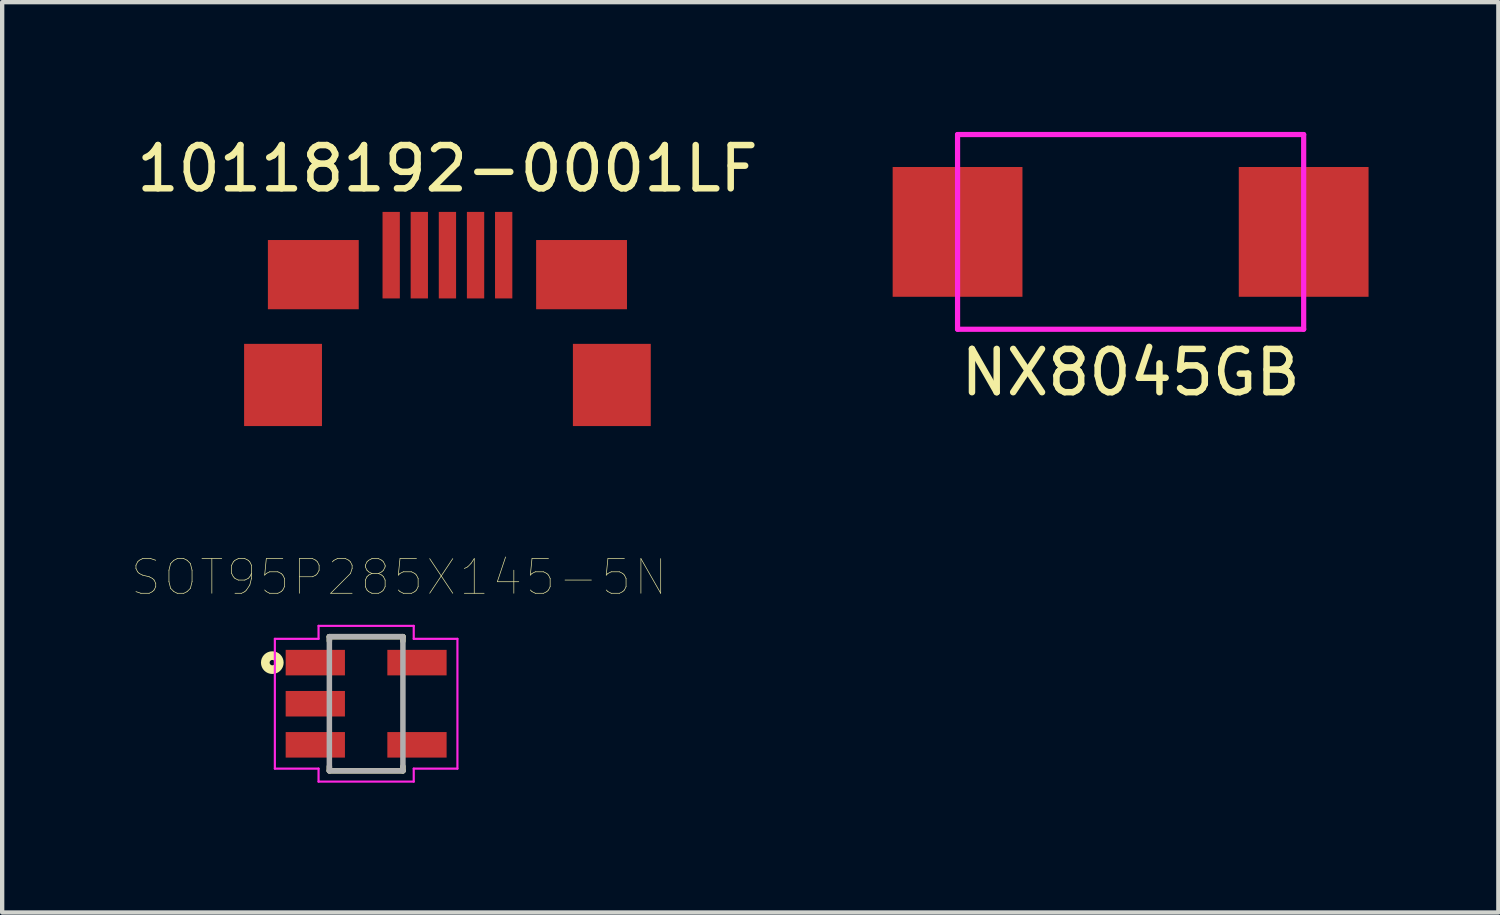
<source format=kicad_pcb>
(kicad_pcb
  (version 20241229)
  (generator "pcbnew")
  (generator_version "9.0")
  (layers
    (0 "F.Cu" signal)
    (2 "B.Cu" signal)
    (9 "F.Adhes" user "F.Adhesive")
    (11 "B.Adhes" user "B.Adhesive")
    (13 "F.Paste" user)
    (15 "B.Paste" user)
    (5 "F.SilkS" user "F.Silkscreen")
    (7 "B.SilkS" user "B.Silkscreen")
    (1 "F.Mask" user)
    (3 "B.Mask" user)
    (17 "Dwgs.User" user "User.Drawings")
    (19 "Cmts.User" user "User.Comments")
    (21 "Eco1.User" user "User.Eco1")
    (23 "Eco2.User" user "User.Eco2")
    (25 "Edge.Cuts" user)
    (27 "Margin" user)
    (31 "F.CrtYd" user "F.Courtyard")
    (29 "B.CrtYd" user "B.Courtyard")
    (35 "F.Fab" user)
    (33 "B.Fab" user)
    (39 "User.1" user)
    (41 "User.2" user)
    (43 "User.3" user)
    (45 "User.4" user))
  (footprint "NX8045GB"
    (layer "F.Cu")
    (at 23.083 2.31)
    (property "Reference" "NX8045GB" (at 0 3.25 0) (layer "F.SilkS") (effects (font (size 1 1) (thickness 0.15))))
    (attr through_hole)
    (fp_line (start -4 -2.25) (end -4 2.25) (stroke (width 0.12) (type solid)) (layer "F.CrtYd"))
    (fp_line (start -4 2.25) (end 4 2.25) (stroke (width 0.12) (type solid)) (layer "F.CrtYd"))
    (fp_line (start 4 -2.25) (end -4 -2.25) (stroke (width 0.12) (type solid)) (layer "F.CrtYd"))
    (fp_line (start 4 2.25) (end 4 -2.25) (stroke (width 0.12) (type solid)) (layer "F.CrtYd"))
    (pad "1" smd rect (at -4 0) (size 3 3) (layers "F.Cu" "F.Mask" "F.Paste"))
    (pad "2" smd rect (at 4 0) (size 3 3) (layers "F.Cu" "F.Mask" "F.Paste")))
  (footprint "SOT95P285X145-5N"
    (layer "F.Cu")
    (at 5.413 13.216)
    (property "Reference" "SOT95P285X145-5N" (at 0.763 -2.923 0) (layer "F.SilkS") (effects (font (size 0.801 0.801) (thickness 0.015))))
    (attr through_hole)
    (fp_line (start -0.85 -1.55) (end -0.85 -1.45) (stroke (width 0.127) (type solid)) (layer "F.SilkS"))
    (fp_line (start -0.85 1.55) (end -0.85 1.45) (stroke (width 0.127) (type solid)) (layer "F.SilkS"))
    (fp_line (start 0.85 -1.55) (end -0.85 -1.55) (stroke (width 0.127) (type solid)) (layer "F.SilkS"))
    (fp_line (start 0.85 -1.55) (end 0.85 -1.45) (stroke (width 0.127) (type solid)) (layer "F.SilkS"))
    (fp_line (start 0.85 1.55) (end -0.85 1.55) (stroke (width 0.127) (type solid)) (layer "F.SilkS"))
    (fp_line (start 0.85 1.55) (end 0.85 1.45) (stroke (width 0.127) (type solid)) (layer "F.SilkS"))
    (fp_circle (center -2.169 -0.95) (end -2.107 -0.95) (stroke (width 0.2) (type solid)) (fill no) (layer "F.SilkS"))
    (fp_line (start -2.11 -1.5) (end -2.11 1.5) (stroke (width 0.05) (type solid)) (layer "F.CrtYd"))
    (fp_line (start -2.11 1.5) (end -1.1 1.5) (stroke (width 0.05) (type solid)) (layer "F.CrtYd"))
    (fp_line (start -1.1 -1.8) (end -1.1 -1.5) (stroke (width 0.05) (type solid)) (layer "F.CrtYd"))
    (fp_line (start -1.1 -1.5) (end -2.11 -1.5) (stroke (width 0.05) (type solid)) (layer "F.CrtYd"))
    (fp_line (start -1.1 1.5) (end -1.1 1.8) (stroke (width 0.05) (type solid)) (layer "F.CrtYd"))
    (fp_line (start -1.1 1.8) (end 1.1 1.8) (stroke (width 0.05) (type solid)) (layer "F.CrtYd"))
    (fp_line (start 1.1 -1.8) (end -1.1 -1.8) (stroke (width 0.05) (type solid)) (layer "F.CrtYd"))
    (fp_line (start 1.1 -1.5) (end 1.1 -1.8) (stroke (width 0.05) (type solid)) (layer "F.CrtYd"))
    (fp_line (start 1.1 1.5) (end 2.11 1.5) (stroke (width 0.05) (type solid)) (layer "F.CrtYd"))
    (fp_line (start 1.1 1.8) (end 1.1 1.5) (stroke (width 0.05) (type solid)) (layer "F.CrtYd"))
    (fp_line (start 2.11 -1.5) (end 1.1 -1.5) (stroke (width 0.05) (type solid)) (layer "F.CrtYd"))
    (fp_line (start 2.11 1.5) (end 2.11 -1.5) (stroke (width 0.05) (type solid)) (layer "F.CrtYd"))
    (fp_line (start -0.85 -1.55) (end 0.85 -1.55) (stroke (width 0.127) (type solid)) (layer "F.Fab"))
    (fp_line (start -0.85 1.55) (end -0.85 -1.55) (stroke (width 0.127) (type solid)) (layer "F.Fab"))
    (fp_line (start 0.85 -1.55) (end 0.85 1.55) (stroke (width 0.127) (type solid)) (layer "F.Fab"))
    (fp_line (start 0.85 1.55) (end -0.85 1.55) (stroke (width 0.127) (type solid)) (layer "F.Fab"))
    (pad "1" smd rect (at -1.175 -0.95) (size 1.37 0.59) (layers "F.Cu" "F.Mask" "F.Paste"))
    (pad "2" smd rect (at -1.175 0) (size 1.37 0.59) (layers "F.Cu" "F.Mask" "F.Paste"))
    (pad "3" smd rect (at -1.175 0.95) (size 1.37 0.59) (layers "F.Cu" "F.Mask" "F.Paste"))
    (pad "4" smd rect (at 1.175 0.95) (size 1.37 0.59) (layers "F.Cu" "F.Mask" "F.Paste"))
    (pad "5" smd rect (at 1.175 -0.95) (size 1.37 0.59) (layers "F.Cu" "F.Mask" "F.Paste")))
  (footprint "10118192-0001LF"
    (layer "F.Cu")
    (at 7.292 5.848)
    (property "Reference" "10118192-0001LF" (at 0 -5 0) (layer "F.SilkS") (effects (font (size 1 1) (thickness 0.15))))
    (attr through_hole)
    (pad "1" smd rect (at -1.3 -2.675) (size 0.4 2) (drill (offset 0 -0.325)) (layers "F.Cu" "F.Mask" "F.Paste"))
    (pad "2" smd rect (at -0.65 -2.675) (size 0.4 2) (drill (offset 0 -0.325)) (layers "F.Cu" "F.Mask" "F.Paste"))
    (pad "3" smd rect (at 0 -2.675) (size 0.4 2) (drill (offset 0 -0.325)) (layers "F.Cu" "F.Mask" "F.Paste"))
    (pad "4" smd rect (at 0.65 -2.675) (size 0.4 2) (drill (offset 0 -0.325)) (layers "F.Cu" "F.Mask" "F.Paste"))
    (pad "5" smd rect (at 1.3 -2.675) (size 0.4 2) (drill (offset 0 -0.325)) (layers "F.Cu" "F.Mask" "F.Paste"))
    (pad "6" smd rect (at -3.8 0) (size 1.8 1.9) (layers "F.Cu" "F.Mask" "F.Paste"))
    (pad "6" smd rect (at -3.1 -2.55) (size 2.1 1.6) (layers "F.Cu" "F.Mask" "F.Paste"))
    (pad "6" smd rect (at 3.1 -2.55) (size 2.1 1.6) (layers "F.Cu" "F.Mask" "F.Paste"))
    (pad "6" smd rect (at 3.8 0) (size 1.8 1.9) (layers "F.Cu" "F.Mask" "F.Paste")))
  (gr_rect
    (start -3 -3)
    (end 31.583 18.041)
    (stroke (width 0.1) (type default))
    (fill no)
    (layer "Edge.Cuts")))
</source>
